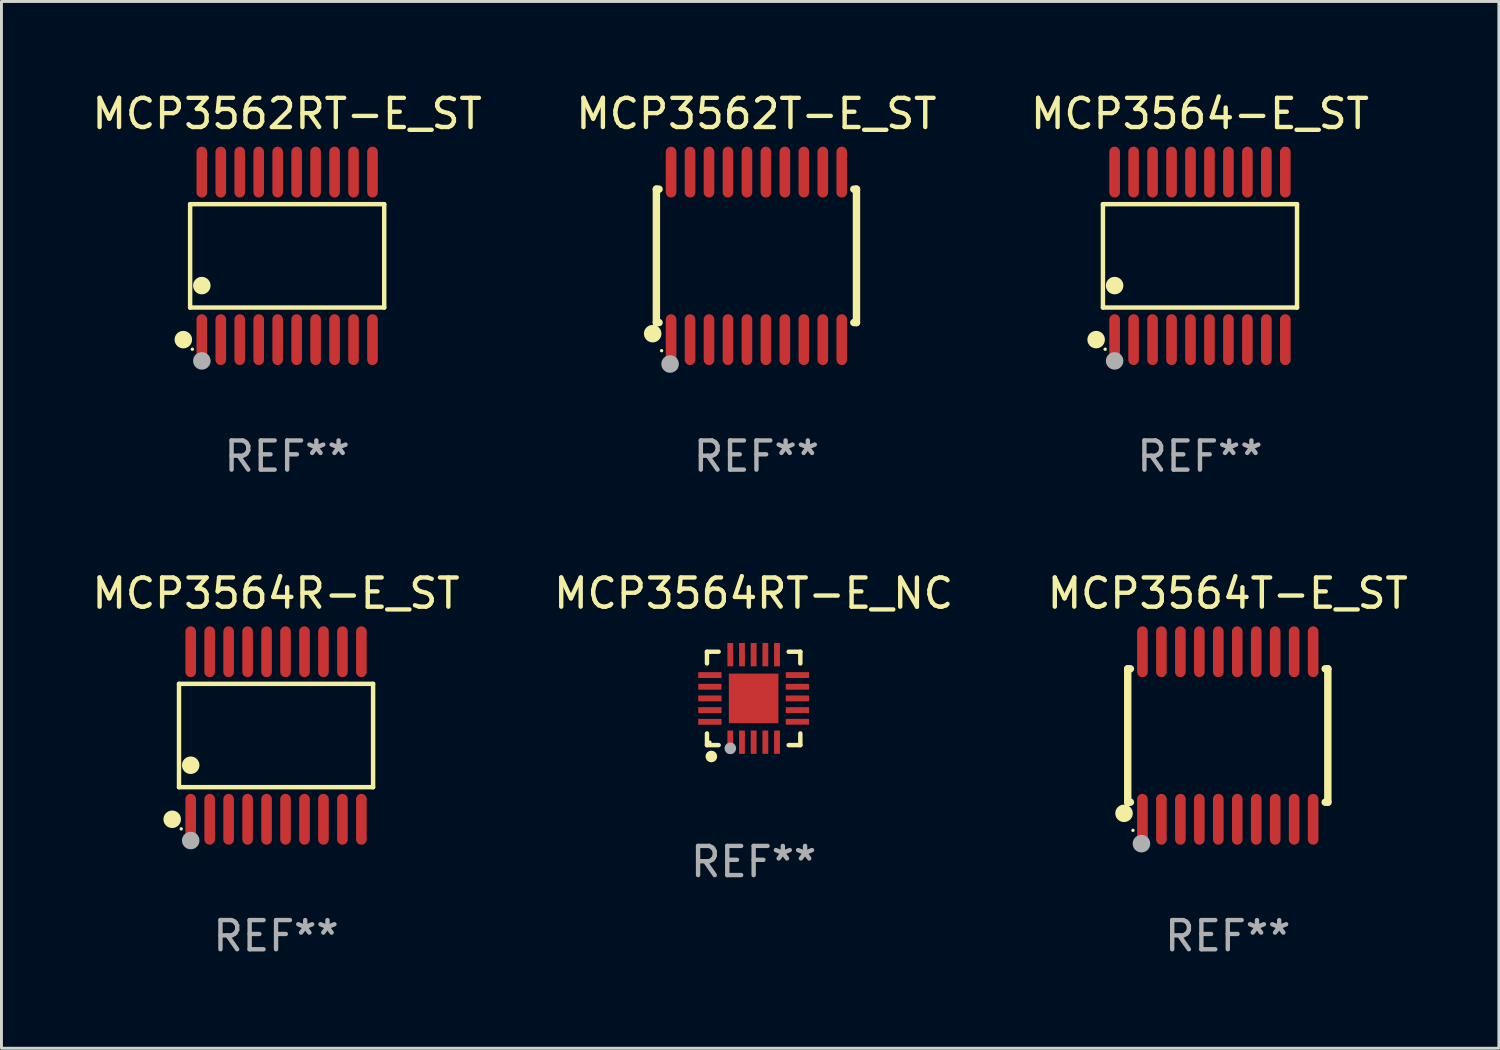
<source format=kicad_pcb>
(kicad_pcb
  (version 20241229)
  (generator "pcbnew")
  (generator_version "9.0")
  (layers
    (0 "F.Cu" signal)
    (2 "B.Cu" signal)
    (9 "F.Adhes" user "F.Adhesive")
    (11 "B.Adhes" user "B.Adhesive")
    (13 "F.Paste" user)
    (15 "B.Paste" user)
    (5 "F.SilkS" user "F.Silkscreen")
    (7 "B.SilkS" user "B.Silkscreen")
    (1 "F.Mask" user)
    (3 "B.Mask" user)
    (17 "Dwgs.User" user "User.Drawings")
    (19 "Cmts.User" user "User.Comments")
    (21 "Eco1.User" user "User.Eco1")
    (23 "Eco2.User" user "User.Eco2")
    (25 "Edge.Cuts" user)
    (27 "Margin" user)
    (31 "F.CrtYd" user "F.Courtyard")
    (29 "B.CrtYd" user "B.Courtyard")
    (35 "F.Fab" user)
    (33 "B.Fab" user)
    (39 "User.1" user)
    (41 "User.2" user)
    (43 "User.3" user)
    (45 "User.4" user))
  (footprint "MCP3564T-E_ST"
    (layer "F.Cu")
    (at 39.03 22.158)
    (property "Reference" "MCP3564T-E_ST" (at 0 -4.871 0) (layer "F.SilkS") (effects (font (size 1 1) (thickness 0.15))))
    (attr through_hole)
    (fp_line (start -3.429 -2.286) (end -3.429 2.286) (stroke (width 0.254) (type solid)) (layer "F.SilkS"))
    (fp_line (start -3.429 2.286) (end -3.338 2.286) (stroke (width 0.254) (type solid)) (layer "F.SilkS"))
    (fp_line (start -3.338 -2.286) (end -3.429 -2.286) (stroke (width 0.254) (type solid)) (layer "F.SilkS"))
    (fp_line (start 3.338 -2.286) (end 3.429 -2.286) (stroke (width 0.254) (type solid)) (layer "F.SilkS"))
    (fp_line (start 3.429 -2.286) (end 3.429 2.286) (stroke (width 0.254) (type solid)) (layer "F.SilkS"))
    (fp_line (start 3.429 2.286) (end 3.338 2.286) (stroke (width 0.254) (type solid)) (layer "F.SilkS"))
    (fp_circle (center -3.556 2.667) (end -3.406 2.667) (stroke (width 0.3) (type solid)) (fill no) (layer "F.SilkS"))
    (fp_circle (center -3.25 3.25) (end -3.22 3.25) (stroke (width 0.06) (type solid)) (fill no) (layer "F.SilkS"))
    (fp_circle (center -2.959 3.707) (end -2.808 3.707) (stroke (width 0.3) (type solid)) (fill no) (layer "F.Fab"))
    (fp_text user "REF**" (at 0 6.871 0) (layer "F.Fab") (effects (font (size 1 1) (thickness 0.15))))
    (pad "1" smd oval (at -2.925 2.871) (size 0.364 1.742) (layers "F.Cu" "F.Mask" "F.Paste"))
    (pad "2" smd oval (at -2.275 2.871) (size 0.364 1.742) (layers "F.Cu" "F.Mask" "F.Paste"))
    (pad "3" smd oval (at -1.625 2.871) (size 0.364 1.742) (layers "F.Cu" "F.Mask" "F.Paste"))
    (pad "4" smd oval (at -0.975 2.871) (size 0.364 1.742) (layers "F.Cu" "F.Mask" "F.Paste"))
    (pad "5" smd oval (at -0.325 2.871) (size 0.364 1.742) (layers "F.Cu" "F.Mask" "F.Paste"))
    (pad "6" smd oval (at 0.325 2.871) (size 0.364 1.742) (layers "F.Cu" "F.Mask" "F.Paste"))
    (pad "7" smd oval (at 0.975 2.871) (size 0.364 1.742) (layers "F.Cu" "F.Mask" "F.Paste"))
    (pad "8" smd oval (at 1.625 2.871) (size 0.364 1.742) (layers "F.Cu" "F.Mask" "F.Paste"))
    (pad "9" smd oval (at 2.275 2.871) (size 0.364 1.742) (layers "F.Cu" "F.Mask" "F.Paste"))
    (pad "10" smd oval (at 2.925 2.871) (size 0.364 1.742) (layers "F.Cu" "F.Mask" "F.Paste"))
    (pad "11" smd oval (at 2.925 -2.871) (size 0.364 1.742) (layers "F.Cu" "F.Mask" "F.Paste"))
    (pad "12" smd oval (at 2.275 -2.871) (size 0.364 1.742) (layers "F.Cu" "F.Mask" "F.Paste"))
    (pad "13" smd oval (at 1.625 -2.871) (size 0.364 1.742) (layers "F.Cu" "F.Mask" "F.Paste"))
    (pad "14" smd oval (at 0.975 -2.871) (size 0.364 1.742) (layers "F.Cu" "F.Mask" "F.Paste"))
    (pad "15" smd oval (at 0.325 -2.871) (size 0.364 1.742) (layers "F.Cu" "F.Mask" "F.Paste"))
    (pad "16" smd oval (at -0.325 -2.871) (size 0.364 1.742) (layers "F.Cu" "F.Mask" "F.Paste"))
    (pad "17" smd oval (at -0.975 -2.871) (size 0.364 1.742) (layers "F.Cu" "F.Mask" "F.Paste"))
    (pad "18" smd oval (at -1.625 -2.871) (size 0.364 1.742) (layers "F.Cu" "F.Mask" "F.Paste"))
    (pad "19" smd oval (at -2.275 -2.871) (size 0.364 1.742) (layers "F.Cu" "F.Mask" "F.Paste"))
    (pad "20" smd oval (at -2.925 -2.871) (size 0.364 1.742) (layers "F.Cu" "F.Mask" "F.Paste")))
  (footprint "MCP3562RT-E_ST"
    (layer "F.Cu")
    (at 6.792 5.719)
    (property "Reference" "MCP3562RT-E_ST" (at 0 -4.871 0) (layer "F.SilkS") (effects (font (size 1 1) (thickness 0.15))))
    (attr through_hole)
    (fp_line (start -3.326 -1.771) (end 3.326 -1.771) (stroke (width 0.152) (type solid)) (layer "F.SilkS"))
    (fp_line (start -3.326 1.771) (end -3.326 -1.771) (stroke (width 0.152) (type solid)) (layer "F.SilkS"))
    (fp_line (start 3.326 -1.771) (end 3.326 1.771) (stroke (width 0.152) (type solid)) (layer "F.SilkS"))
    (fp_line (start 3.326 1.771) (end -3.326 1.771) (stroke (width 0.152) (type solid)) (layer "F.SilkS"))
    (fp_circle (center -3.559 2.871) (end -3.409 2.871) (stroke (width 0.3) (type solid)) (fill no) (layer "F.SilkS"))
    (fp_circle (center -3.25 3.2) (end -3.22 3.2) (stroke (width 0.06) (type solid)) (fill no) (layer "F.SilkS"))
    (fp_circle (center -2.925 1.019) (end -2.775 1.019) (stroke (width 0.3) (type solid)) (fill no) (layer "F.SilkS"))
    (fp_circle (center -2.925 3.6) (end -2.775 3.6) (stroke (width 0.3) (type solid)) (fill no) (layer "F.Fab"))
    (fp_text user "REF**" (at 0 6.871 0) (layer "F.Fab") (effects (font (size 1 1) (thickness 0.15))))
    (pad "1" smd oval (at -2.925 2.871) (size 0.364 1.742) (layers "F.Cu" "F.Mask" "F.Paste"))
    (pad "2" smd oval (at -2.275 2.871) (size 0.364 1.742) (layers "F.Cu" "F.Mask" "F.Paste"))
    (pad "3" smd oval (at -1.625 2.871) (size 0.364 1.742) (layers "F.Cu" "F.Mask" "F.Paste"))
    (pad "4" smd oval (at -0.975 2.871) (size 0.364 1.742) (layers "F.Cu" "F.Mask" "F.Paste"))
    (pad "5" smd oval (at -0.325 2.871) (size 0.364 1.742) (layers "F.Cu" "F.Mask" "F.Paste"))
    (pad "6" smd oval (at 0.325 2.871) (size 0.364 1.742) (layers "F.Cu" "F.Mask" "F.Paste"))
    (pad "7" smd oval (at 0.975 2.871) (size 0.364 1.742) (layers "F.Cu" "F.Mask" "F.Paste"))
    (pad "8" smd oval (at 1.625 2.871) (size 0.364 1.742) (layers "F.Cu" "F.Mask" "F.Paste"))
    (pad "9" smd oval (at 2.275 2.871) (size 0.364 1.742) (layers "F.Cu" "F.Mask" "F.Paste"))
    (pad "10" smd oval (at 2.925 2.871) (size 0.364 1.742) (layers "F.Cu" "F.Mask" "F.Paste"))
    (pad "11" smd oval (at 2.925 -2.871) (size 0.364 1.742) (layers "F.Cu" "F.Mask" "F.Paste"))
    (pad "12" smd oval (at 2.275 -2.871) (size 0.364 1.742) (layers "F.Cu" "F.Mask" "F.Paste"))
    (pad "13" smd oval (at 1.625 -2.871) (size 0.364 1.742) (layers "F.Cu" "F.Mask" "F.Paste"))
    (pad "14" smd oval (at 0.975 -2.871) (size 0.364 1.742) (layers "F.Cu" "F.Mask" "F.Paste"))
    (pad "15" smd oval (at 0.325 -2.871) (size 0.364 1.742) (layers "F.Cu" "F.Mask" "F.Paste"))
    (pad "16" smd oval (at -0.325 -2.871) (size 0.364 1.742) (layers "F.Cu" "F.Mask" "F.Paste"))
    (pad "17" smd oval (at -0.975 -2.871) (size 0.364 1.742) (layers "F.Cu" "F.Mask" "F.Paste"))
    (pad "18" smd oval (at -1.625 -2.871) (size 0.364 1.742) (layers "F.Cu" "F.Mask" "F.Paste"))
    (pad "19" smd oval (at -2.275 -2.871) (size 0.364 1.742) (layers "F.Cu" "F.Mask" "F.Paste"))
    (pad "20" smd oval (at -2.925 -2.871) (size 0.364 1.742) (layers "F.Cu" "F.Mask" "F.Paste")))
  (footprint "MCP3562T-E_ST"
    (layer "F.Cu")
    (at 22.875 5.719)
    (property "Reference" "MCP3562T-E_ST" (at 0 -4.871 0) (layer "F.SilkS") (effects (font (size 1 1) (thickness 0.15))))
    (attr through_hole)
    (fp_line (start -3.429 -2.286) (end -3.429 2.286) (stroke (width 0.254) (type solid)) (layer "F.SilkS"))
    (fp_line (start -3.429 2.286) (end -3.338 2.286) (stroke (width 0.254) (type solid)) (layer "F.SilkS"))
    (fp_line (start -3.338 -2.286) (end -3.429 -2.286) (stroke (width 0.254) (type solid)) (layer "F.SilkS"))
    (fp_line (start 3.338 -2.286) (end 3.429 -2.286) (stroke (width 0.254) (type solid)) (layer "F.SilkS"))
    (fp_line (start 3.429 -2.286) (end 3.429 2.286) (stroke (width 0.254) (type solid)) (layer "F.SilkS"))
    (fp_line (start 3.429 2.286) (end 3.338 2.286) (stroke (width 0.254) (type solid)) (layer "F.SilkS"))
    (fp_circle (center -3.556 2.667) (end -3.406 2.667) (stroke (width 0.3) (type solid)) (fill no) (layer "F.SilkS"))
    (fp_circle (center -3.25 3.25) (end -3.22 3.25) (stroke (width 0.06) (type solid)) (fill no) (layer "F.SilkS"))
    (fp_circle (center -2.959 3.707) (end -2.808 3.707) (stroke (width 0.3) (type solid)) (fill no) (layer "F.Fab"))
    (fp_text user "REF**" (at 0 6.871 0) (layer "F.Fab") (effects (font (size 1 1) (thickness 0.15))))
    (pad "1" smd oval (at -2.925 2.871) (size 0.364 1.742) (layers "F.Cu" "F.Mask" "F.Paste"))
    (pad "2" smd oval (at -2.275 2.871) (size 0.364 1.742) (layers "F.Cu" "F.Mask" "F.Paste"))
    (pad "3" smd oval (at -1.625 2.871) (size 0.364 1.742) (layers "F.Cu" "F.Mask" "F.Paste"))
    (pad "4" smd oval (at -0.975 2.871) (size 0.364 1.742) (layers "F.Cu" "F.Mask" "F.Paste"))
    (pad "5" smd oval (at -0.325 2.871) (size 0.364 1.742) (layers "F.Cu" "F.Mask" "F.Paste"))
    (pad "6" smd oval (at 0.325 2.871) (size 0.364 1.742) (layers "F.Cu" "F.Mask" "F.Paste"))
    (pad "7" smd oval (at 0.975 2.871) (size 0.364 1.742) (layers "F.Cu" "F.Mask" "F.Paste"))
    (pad "8" smd oval (at 1.625 2.871) (size 0.364 1.742) (layers "F.Cu" "F.Mask" "F.Paste"))
    (pad "9" smd oval (at 2.275 2.871) (size 0.364 1.742) (layers "F.Cu" "F.Mask" "F.Paste"))
    (pad "10" smd oval (at 2.925 2.871) (size 0.364 1.742) (layers "F.Cu" "F.Mask" "F.Paste"))
    (pad "11" smd oval (at 2.925 -2.871) (size 0.364 1.742) (layers "F.Cu" "F.Mask" "F.Paste"))
    (pad "12" smd oval (at 2.275 -2.871) (size 0.364 1.742) (layers "F.Cu" "F.Mask" "F.Paste"))
    (pad "13" smd oval (at 1.625 -2.871) (size 0.364 1.742) (layers "F.Cu" "F.Mask" "F.Paste"))
    (pad "14" smd oval (at 0.975 -2.871) (size 0.364 1.742) (layers "F.Cu" "F.Mask" "F.Paste"))
    (pad "15" smd oval (at 0.325 -2.871) (size 0.364 1.742) (layers "F.Cu" "F.Mask" "F.Paste"))
    (pad "16" smd oval (at -0.325 -2.871) (size 0.364 1.742) (layers "F.Cu" "F.Mask" "F.Paste"))
    (pad "17" smd oval (at -0.975 -2.871) (size 0.364 1.742) (layers "F.Cu" "F.Mask" "F.Paste"))
    (pad "18" smd oval (at -1.625 -2.871) (size 0.364 1.742) (layers "F.Cu" "F.Mask" "F.Paste"))
    (pad "19" smd oval (at -2.275 -2.871) (size 0.364 1.742) (layers "F.Cu" "F.Mask" "F.Paste"))
    (pad "20" smd oval (at -2.925 -2.871) (size 0.364 1.742) (layers "F.Cu" "F.Mask" "F.Paste")))
  (footprint "MCP3564RT-E_NC"
    (layer "F.Cu")
    (at 22.78 20.887)
    (property "Reference" "MCP3564RT-E_NC" (at 0 -3.6 0) (layer "F.SilkS") (effects (font (size 1 1) (thickness 0.15))))
    (attr through_hole)
    (fp_line (start -1.6 -1.6) (end -1.6 -1.2) (stroke (width 0.152) (type solid)) (layer "F.SilkS"))
    (fp_line (start -1.6 1.6) (end -1.6 1.2) (stroke (width 0.152) (type solid)) (layer "F.SilkS"))
    (fp_line (start -1.2 -1.6) (end -1.6 -1.6) (stroke (width 0.152) (type solid)) (layer "F.SilkS"))
    (fp_line (start -1.2 1.6) (end -1.6 1.6) (stroke (width 0.152) (type solid)) (layer "F.SilkS"))
    (fp_line (start 1.2 -1.6) (end 1.6 -1.6) (stroke (width 0.152) (type solid)) (layer "F.SilkS"))
    (fp_line (start 1.6 -1.6) (end 1.6 -1.2) (stroke (width 0.152) (type solid)) (layer "F.SilkS"))
    (fp_line (start 1.6 1.2) (end 1.6 1.6) (stroke (width 0.152) (type solid)) (layer "F.SilkS"))
    (fp_line (start 1.6 1.6) (end 1.2 1.6) (stroke (width 0.152) (type solid)) (layer "F.SilkS"))
    (fp_circle (center -1.5 1.5) (end -1.47 1.5) (stroke (width 0.06) (type solid)) (fill no) (layer "F.SilkS"))
    (fp_circle (center -1.45 1.99) (end -1.35 1.99) (stroke (width 0.2) (type solid)) (fill no) (layer "F.SilkS"))
    (fp_circle (center -0.8 1.71) (end -0.7 1.71) (stroke (width 0.2) (type solid)) (fill no) (layer "F.Fab"))
    (fp_text user "REF**" (at 0 5.6 0) (layer "F.Fab") (effects (font (size 1 1) (thickness 0.15))))
    (pad "1" smd rect (at -0.8 1.5) (size 0.2 0.8) (layers "F.Cu" "F.Mask" "F.Paste"))
    (pad "2" smd rect (at -0.4 1.5) (size 0.2 0.8) (layers "F.Cu" "F.Mask" "F.Paste"))
    (pad "3" smd rect (at -0.000127 1.5) (size 0.2 0.8) (layers "F.Cu" "F.Mask" "F.Paste"))
    (pad "4" smd rect (at 0.4 1.5) (size 0.2 0.8) (layers "F.Cu" "F.Mask" "F.Paste"))
    (pad "5" smd rect (at 0.8 1.5) (size 0.2 0.8) (layers "F.Cu" "F.Mask" "F.Paste"))
    (pad "6" smd rect (at 1.5 0.8 90) (size 0.2 0.8) (layers "F.Cu" "F.Mask" "F.Paste"))
    (pad "7" smd rect (at 1.5 0.4 90) (size 0.2 0.8) (layers "F.Cu" "F.Mask" "F.Paste"))
    (pad "8" smd rect (at 1.5 0.000127 90) (size 0.2 0.8) (layers "F.Cu" "F.Mask" "F.Paste"))
    (pad "9" smd rect (at 1.5 -0.4 90) (size 0.2 0.8) (layers "F.Cu" "F.Mask" "F.Paste"))
    (pad "10" smd rect (at 1.5 -0.8 90) (size 0.2 0.8) (layers "F.Cu" "F.Mask" "F.Paste"))
    (pad "11" smd rect (at 0.8 -1.5 180) (size 0.2 0.8) (layers "F.Cu" "F.Mask" "F.Paste"))
    (pad "12" smd rect (at 0.4 -1.5 180) (size 0.2 0.8) (layers "F.Cu" "F.Mask" "F.Paste"))
    (pad "13" smd rect (at -0.000127 -1.5 180) (size 0.2 0.8) (layers "F.Cu" "F.Mask" "F.Paste"))
    (pad "14" smd rect (at -0.4 -1.5 180) (size 0.2 0.8) (layers "F.Cu" "F.Mask" "F.Paste"))
    (pad "15" smd rect (at -0.8 -1.5 180) (size 0.2 0.8) (layers "F.Cu" "F.Mask" "F.Paste"))
    (pad "16" smd rect (at -1.5 -0.8 270) (size 0.2 0.8) (layers "F.Cu" "F.Mask" "F.Paste"))
    (pad "17" smd rect (at -1.5 -0.4 270) (size 0.2 0.8) (layers "F.Cu" "F.Mask" "F.Paste"))
    (pad "18" smd rect (at -1.5 0.000127 270) (size 0.2 0.8) (layers "F.Cu" "F.Mask" "F.Paste"))
    (pad "19" smd rect (at -1.5 0.4 270) (size 0.2 0.8) (layers "F.Cu" "F.Mask" "F.Paste"))
    (pad "20" smd rect (at -1.5 0.802 270) (size 0.2 0.8) (layers "F.Cu" "F.Mask" "F.Paste"))
    (pad "21" smd rect (at -0.000127 0.000127) (size 1.7 1.7) (layers "F.Cu" "F.Mask" "F.Paste")))
  (footprint "MCP3564R-E_ST"
    (layer "F.Cu")
    (at 6.411 22.158)
    (property "Reference" "MCP3564R-E_ST" (at 0 -4.871 0) (layer "F.SilkS") (effects (font (size 1 1) (thickness 0.15))))
    (attr through_hole)
    (fp_line (start -3.326 -1.771) (end 3.326 -1.771) (stroke (width 0.152) (type solid)) (layer "F.SilkS"))
    (fp_line (start -3.326 1.771) (end -3.326 -1.771) (stroke (width 0.152) (type solid)) (layer "F.SilkS"))
    (fp_line (start 3.326 -1.771) (end 3.326 1.771) (stroke (width 0.152) (type solid)) (layer "F.SilkS"))
    (fp_line (start 3.326 1.771) (end -3.326 1.771) (stroke (width 0.152) (type solid)) (layer "F.SilkS"))
    (fp_circle (center -3.559 2.871) (end -3.409 2.871) (stroke (width 0.3) (type solid)) (fill no) (layer "F.SilkS"))
    (fp_circle (center -3.25 3.2) (end -3.22 3.2) (stroke (width 0.06) (type solid)) (fill no) (layer "F.SilkS"))
    (fp_circle (center -2.925 1.019) (end -2.775 1.019) (stroke (width 0.3) (type solid)) (fill no) (layer "F.SilkS"))
    (fp_circle (center -2.925 3.6) (end -2.775 3.6) (stroke (width 0.3) (type solid)) (fill no) (layer "F.Fab"))
    (fp_text user "REF**" (at 0 6.871 0) (layer "F.Fab") (effects (font (size 1 1) (thickness 0.15))))
    (pad "1" smd oval (at -2.925 2.871) (size 0.364 1.742) (layers "F.Cu" "F.Mask" "F.Paste"))
    (pad "2" smd oval (at -2.275 2.871) (size 0.364 1.742) (layers "F.Cu" "F.Mask" "F.Paste"))
    (pad "3" smd oval (at -1.625 2.871) (size 0.364 1.742) (layers "F.Cu" "F.Mask" "F.Paste"))
    (pad "4" smd oval (at -0.975 2.871) (size 0.364 1.742) (layers "F.Cu" "F.Mask" "F.Paste"))
    (pad "5" smd oval (at -0.325 2.871) (size 0.364 1.742) (layers "F.Cu" "F.Mask" "F.Paste"))
    (pad "6" smd oval (at 0.325 2.871) (size 0.364 1.742) (layers "F.Cu" "F.Mask" "F.Paste"))
    (pad "7" smd oval (at 0.975 2.871) (size 0.364 1.742) (layers "F.Cu" "F.Mask" "F.Paste"))
    (pad "8" smd oval (at 1.625 2.871) (size 0.364 1.742) (layers "F.Cu" "F.Mask" "F.Paste"))
    (pad "9" smd oval (at 2.275 2.871) (size 0.364 1.742) (layers "F.Cu" "F.Mask" "F.Paste"))
    (pad "10" smd oval (at 2.925 2.871) (size 0.364 1.742) (layers "F.Cu" "F.Mask" "F.Paste"))
    (pad "11" smd oval (at 2.925 -2.871) (size 0.364 1.742) (layers "F.Cu" "F.Mask" "F.Paste"))
    (pad "12" smd oval (at 2.275 -2.871) (size 0.364 1.742) (layers "F.Cu" "F.Mask" "F.Paste"))
    (pad "13" smd oval (at 1.625 -2.871) (size 0.364 1.742) (layers "F.Cu" "F.Mask" "F.Paste"))
    (pad "14" smd oval (at 0.975 -2.871) (size 0.364 1.742) (layers "F.Cu" "F.Mask" "F.Paste"))
    (pad "15" smd oval (at 0.325 -2.871) (size 0.364 1.742) (layers "F.Cu" "F.Mask" "F.Paste"))
    (pad "16" smd oval (at -0.325 -2.871) (size 0.364 1.742) (layers "F.Cu" "F.Mask" "F.Paste"))
    (pad "17" smd oval (at -0.975 -2.871) (size 0.364 1.742) (layers "F.Cu" "F.Mask" "F.Paste"))
    (pad "18" smd oval (at -1.625 -2.871) (size 0.364 1.742) (layers "F.Cu" "F.Mask" "F.Paste"))
    (pad "19" smd oval (at -2.275 -2.871) (size 0.364 1.742) (layers "F.Cu" "F.Mask" "F.Paste"))
    (pad "20" smd oval (at -2.925 -2.871) (size 0.364 1.742) (layers "F.Cu" "F.Mask" "F.Paste")))
  (footprint "MCP3564-E_ST"
    (layer "F.Cu")
    (at 38.077 5.719)
    (property "Reference" "MCP3564-E_ST" (at 0 -4.871 0) (layer "F.SilkS") (effects (font (size 1 1) (thickness 0.15))))
    (attr through_hole)
    (fp_line (start -3.326 -1.771) (end 3.326 -1.771) (stroke (width 0.152) (type solid)) (layer "F.SilkS"))
    (fp_line (start -3.326 1.771) (end -3.326 -1.771) (stroke (width 0.152) (type solid)) (layer "F.SilkS"))
    (fp_line (start 3.326 -1.771) (end 3.326 1.771) (stroke (width 0.152) (type solid)) (layer "F.SilkS"))
    (fp_line (start 3.326 1.771) (end -3.326 1.771) (stroke (width 0.152) (type solid)) (layer "F.SilkS"))
    (fp_circle (center -3.559 2.871) (end -3.409 2.871) (stroke (width 0.3) (type solid)) (fill no) (layer "F.SilkS"))
    (fp_circle (center -3.25 3.2) (end -3.22 3.2) (stroke (width 0.06) (type solid)) (fill no) (layer "F.SilkS"))
    (fp_circle (center -2.925 1.019) (end -2.775 1.019) (stroke (width 0.3) (type solid)) (fill no) (layer "F.SilkS"))
    (fp_circle (center -2.925 3.6) (end -2.775 3.6) (stroke (width 0.3) (type solid)) (fill no) (layer "F.Fab"))
    (fp_text user "REF**" (at 0 6.871 0) (layer "F.Fab") (effects (font (size 1 1) (thickness 0.15))))
    (pad "1" smd oval (at -2.925 2.871) (size 0.364 1.742) (layers "F.Cu" "F.Mask" "F.Paste"))
    (pad "2" smd oval (at -2.275 2.871) (size 0.364 1.742) (layers "F.Cu" "F.Mask" "F.Paste"))
    (pad "3" smd oval (at -1.625 2.871) (size 0.364 1.742) (layers "F.Cu" "F.Mask" "F.Paste"))
    (pad "4" smd oval (at -0.975 2.871) (size 0.364 1.742) (layers "F.Cu" "F.Mask" "F.Paste"))
    (pad "5" smd oval (at -0.325 2.871) (size 0.364 1.742) (layers "F.Cu" "F.Mask" "F.Paste"))
    (pad "6" smd oval (at 0.325 2.871) (size 0.364 1.742) (layers "F.Cu" "F.Mask" "F.Paste"))
    (pad "7" smd oval (at 0.975 2.871) (size 0.364 1.742) (layers "F.Cu" "F.Mask" "F.Paste"))
    (pad "8" smd oval (at 1.625 2.871) (size 0.364 1.742) (layers "F.Cu" "F.Mask" "F.Paste"))
    (pad "9" smd oval (at 2.275 2.871) (size 0.364 1.742) (layers "F.Cu" "F.Mask" "F.Paste"))
    (pad "10" smd oval (at 2.925 2.871) (size 0.364 1.742) (layers "F.Cu" "F.Mask" "F.Paste"))
    (pad "11" smd oval (at 2.925 -2.871) (size 0.364 1.742) (layers "F.Cu" "F.Mask" "F.Paste"))
    (pad "12" smd oval (at 2.275 -2.871) (size 0.364 1.742) (layers "F.Cu" "F.Mask" "F.Paste"))
    (pad "13" smd oval (at 1.625 -2.871) (size 0.364 1.742) (layers "F.Cu" "F.Mask" "F.Paste"))
    (pad "14" smd oval (at 0.975 -2.871) (size 0.364 1.742) (layers "F.Cu" "F.Mask" "F.Paste"))
    (pad "15" smd oval (at 0.325 -2.871) (size 0.364 1.742) (layers "F.Cu" "F.Mask" "F.Paste"))
    (pad "16" smd oval (at -0.325 -2.871) (size 0.364 1.742) (layers "F.Cu" "F.Mask" "F.Paste"))
    (pad "17" smd oval (at -0.975 -2.871) (size 0.364 1.742) (layers "F.Cu" "F.Mask" "F.Paste"))
    (pad "18" smd oval (at -1.625 -2.871) (size 0.364 1.742) (layers "F.Cu" "F.Mask" "F.Paste"))
    (pad "19" smd oval (at -2.275 -2.871) (size 0.364 1.742) (layers "F.Cu" "F.Mask" "F.Paste"))
    (pad "20" smd oval (at -2.925 -2.871) (size 0.364 1.742) (layers "F.Cu" "F.Mask" "F.Paste")))
  (gr_rect
    (start -3 -3)
    (end 48.321 32.877)
    (stroke (width 0.1) (type default))
    (fill no)
    (layer "Edge.Cuts")))
</source>
